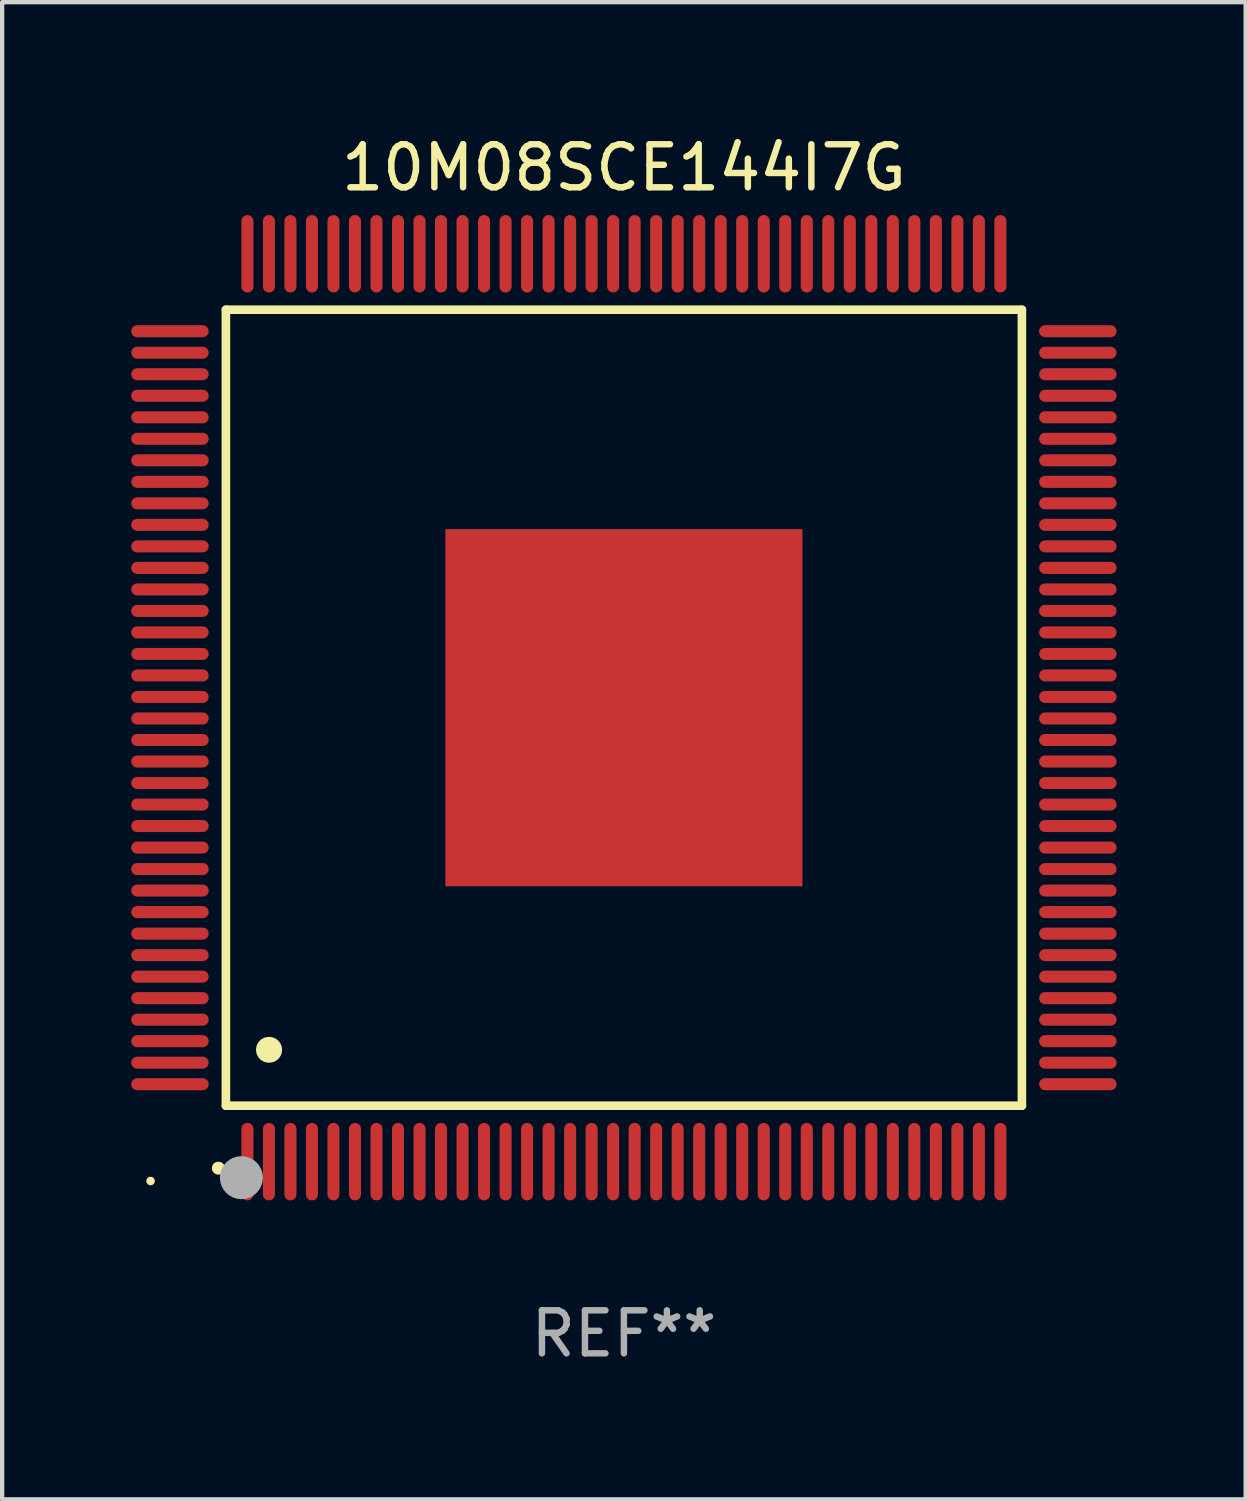
<source format=kicad_pcb>
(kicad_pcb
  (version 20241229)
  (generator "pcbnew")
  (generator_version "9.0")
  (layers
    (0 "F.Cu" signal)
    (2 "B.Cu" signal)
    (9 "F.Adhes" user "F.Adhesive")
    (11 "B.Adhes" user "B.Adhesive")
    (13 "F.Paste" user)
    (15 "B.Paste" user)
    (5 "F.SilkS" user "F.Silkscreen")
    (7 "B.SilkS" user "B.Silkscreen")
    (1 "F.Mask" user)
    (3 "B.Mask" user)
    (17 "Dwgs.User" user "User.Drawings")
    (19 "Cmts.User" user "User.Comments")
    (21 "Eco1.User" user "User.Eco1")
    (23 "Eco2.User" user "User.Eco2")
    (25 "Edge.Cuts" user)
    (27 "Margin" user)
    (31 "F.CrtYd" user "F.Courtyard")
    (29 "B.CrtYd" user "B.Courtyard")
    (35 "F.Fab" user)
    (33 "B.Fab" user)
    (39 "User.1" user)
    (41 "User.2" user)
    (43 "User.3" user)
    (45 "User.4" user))
  (footprint "10M08SCE144I7G"
    (layer "F.Cu")
    (at 11.45 13.398)
    (property "Reference" "10M08SCE144I7G" (at 0 -12.55 0) (layer "F.SilkS") (effects (font (size 1 1) (thickness 0.15))))
    (attr through_hole)
    (fp_line (start -9.25 -9.25) (end 9.25 -9.25) (stroke (width 0.2) (type solid)) (layer "F.SilkS"))
    (fp_line (start -9.25 9.25) (end -9.25 -9.25) (stroke (width 0.2) (type solid)) (layer "F.SilkS"))
    (fp_line (start 9.25 -9.25) (end 9.25 9.25) (stroke (width 0.2) (type solid)) (layer "F.SilkS"))
    (fp_line (start 9.25 9.25) (end -9.25 9.25) (stroke (width 0.2) (type solid)) (layer "F.SilkS"))
    (fp_arc (start -9.425959 10.701041) (mid -9.424689 10.701036) (end -9.423419 10.701041) (stroke (width 0.3) (type solid)) (layer "F.SilkS"))
    (fp_arc (start -8.249936 7.950216) (mid -8.247396 7.950205) (end -8.244856 7.950216) (stroke (width 0.6) (type solid)) (layer "F.SilkS"))
    (fp_circle (center -11 11) (end -10.95 11) (stroke (width 0.1) (type solid)) (fill no) (layer "F.SilkS"))
    (fp_circle (center -8.89 10.922) (end -8.64 10.922) (stroke (width 0.5) (type solid)) (fill no) (layer "F.Fab"))
    (fp_text user "REF**" (at 0 14.55 0) (layer "F.Fab") (effects (font (size 1 1) (thickness 0.15))))
    (pad "1" smd oval (at -8.75 10.55) (size 0.28 1.8) (layers "F.Cu" "F.Mask" "F.Paste"))
    (pad "2" smd oval (at -8.25 10.55) (size 0.28 1.8) (layers "F.Cu" "F.Mask" "F.Paste"))
    (pad "3" smd oval (at -7.75 10.55) (size 0.28 1.8) (layers "F.Cu" "F.Mask" "F.Paste"))
    (pad "4" smd oval (at -7.25 10.55) (size 0.28 1.8) (layers "F.Cu" "F.Mask" "F.Paste"))
    (pad "5" smd oval (at -6.75 10.55) (size 0.28 1.8) (layers "F.Cu" "F.Mask" "F.Paste"))
    (pad "6" smd oval (at -6.25 10.55) (size 0.28 1.8) (layers "F.Cu" "F.Mask" "F.Paste"))
    (pad "7" smd oval (at -5.75 10.55) (size 0.28 1.8) (layers "F.Cu" "F.Mask" "F.Paste"))
    (pad "8" smd oval (at -5.25 10.55) (size 0.28 1.8) (layers "F.Cu" "F.Mask" "F.Paste"))
    (pad "9" smd oval (at -4.75 10.55) (size 0.28 1.8) (layers "F.Cu" "F.Mask" "F.Paste"))
    (pad "10" smd oval (at -4.25 10.55) (size 0.28 1.8) (layers "F.Cu" "F.Mask" "F.Paste"))
    (pad "11" smd oval (at -3.75 10.55) (size 0.28 1.8) (layers "F.Cu" "F.Mask" "F.Paste"))
    (pad "12" smd oval (at -3.25 10.55) (size 0.28 1.8) (layers "F.Cu" "F.Mask" "F.Paste"))
    (pad "13" smd oval (at -2.75 10.55) (size 0.28 1.8) (layers "F.Cu" "F.Mask" "F.Paste"))
    (pad "14" smd oval (at -2.25 10.55) (size 0.28 1.8) (layers "F.Cu" "F.Mask" "F.Paste"))
    (pad "15" smd oval (at -1.75 10.55) (size 0.28 1.8) (layers "F.Cu" "F.Mask" "F.Paste"))
    (pad "16" smd oval (at -1.25 10.55) (size 0.28 1.8) (layers "F.Cu" "F.Mask" "F.Paste"))
    (pad "17" smd oval (at -0.75 10.55) (size 0.28 1.8) (layers "F.Cu" "F.Mask" "F.Paste"))
    (pad "18" smd oval (at -0.25 10.55) (size 0.28 1.8) (layers "F.Cu" "F.Mask" "F.Paste"))
    (pad "19" smd oval (at 0.25 10.55) (size 0.28 1.8) (layers "F.Cu" "F.Mask" "F.Paste"))
    (pad "20" smd oval (at 0.75 10.55) (size 0.28 1.8) (layers "F.Cu" "F.Mask" "F.Paste"))
    (pad "21" smd oval (at 1.25 10.55) (size 0.28 1.8) (layers "F.Cu" "F.Mask" "F.Paste"))
    (pad "22" smd oval (at 1.75 10.55) (size 0.28 1.8) (layers "F.Cu" "F.Mask" "F.Paste"))
    (pad "23" smd oval (at 2.25 10.55) (size 0.28 1.8) (layers "F.Cu" "F.Mask" "F.Paste"))
    (pad "24" smd oval (at 2.75 10.55) (size 0.28 1.8) (layers "F.Cu" "F.Mask" "F.Paste"))
    (pad "25" smd oval (at 3.25 10.55) (size 0.28 1.8) (layers "F.Cu" "F.Mask" "F.Paste"))
    (pad "26" smd oval (at 3.75 10.55) (size 0.28 1.8) (layers "F.Cu" "F.Mask" "F.Paste"))
    (pad "27" smd oval (at 4.25 10.55) (size 0.28 1.8) (layers "F.Cu" "F.Mask" "F.Paste"))
    (pad "28" smd oval (at 4.75 10.55) (size 0.28 1.8) (layers "F.Cu" "F.Mask" "F.Paste"))
    (pad "29" smd oval (at 5.25 10.55) (size 0.28 1.8) (layers "F.Cu" "F.Mask" "F.Paste"))
    (pad "30" smd oval (at 5.75 10.55) (size 0.28 1.8) (layers "F.Cu" "F.Mask" "F.Paste"))
    (pad "31" smd oval (at 6.25 10.55) (size 0.28 1.8) (layers "F.Cu" "F.Mask" "F.Paste"))
    (pad "32" smd oval (at 6.75 10.55) (size 0.28 1.8) (layers "F.Cu" "F.Mask" "F.Paste"))
    (pad "33" smd oval (at 7.25 10.55) (size 0.28 1.8) (layers "F.Cu" "F.Mask" "F.Paste"))
    (pad "34" smd oval (at 7.75 10.55) (size 0.28 1.8) (layers "F.Cu" "F.Mask" "F.Paste"))
    (pad "35" smd oval (at 8.25 10.55) (size 0.28 1.8) (layers "F.Cu" "F.Mask" "F.Paste"))
    (pad "36" smd oval (at 8.75 10.55) (size 0.28 1.8) (layers "F.Cu" "F.Mask" "F.Paste"))
    (pad "37" smd oval (at 10.55 8.75) (size 1.8 0.28) (layers "F.Cu" "F.Mask" "F.Paste"))
    (pad "38" smd oval (at 10.55 8.25) (size 1.8 0.28) (layers "F.Cu" "F.Mask" "F.Paste"))
    (pad "39" smd oval (at 10.55 7.75) (size 1.8 0.28) (layers "F.Cu" "F.Mask" "F.Paste"))
    (pad "40" smd oval (at 10.55 7.25) (size 1.8 0.28) (layers "F.Cu" "F.Mask" "F.Paste"))
    (pad "41" smd oval (at 10.55 6.75) (size 1.8 0.28) (layers "F.Cu" "F.Mask" "F.Paste"))
    (pad "42" smd oval (at 10.55 6.25) (size 1.8 0.28) (layers "F.Cu" "F.Mask" "F.Paste"))
    (pad "43" smd oval (at 10.55 5.75) (size 1.8 0.28) (layers "F.Cu" "F.Mask" "F.Paste"))
    (pad "44" smd oval (at 10.55 5.25) (size 1.8 0.28) (layers "F.Cu" "F.Mask" "F.Paste"))
    (pad "45" smd oval (at 10.55 4.75) (size 1.8 0.28) (layers "F.Cu" "F.Mask" "F.Paste"))
    (pad "46" smd oval (at 10.55 4.25) (size 1.8 0.28) (layers "F.Cu" "F.Mask" "F.Paste"))
    (pad "47" smd oval (at 10.55 3.75) (size 1.8 0.28) (layers "F.Cu" "F.Mask" "F.Paste"))
    (pad "48" smd oval (at 10.55 3.25) (size 1.8 0.28) (layers "F.Cu" "F.Mask" "F.Paste"))
    (pad "49" smd oval (at 10.55 2.75) (size 1.8 0.28) (layers "F.Cu" "F.Mask" "F.Paste"))
    (pad "50" smd oval (at 10.55 2.25) (size 1.8 0.28) (layers "F.Cu" "F.Mask" "F.Paste"))
    (pad "51" smd oval (at 10.55 1.75) (size 1.8 0.28) (layers "F.Cu" "F.Mask" "F.Paste"))
    (pad "52" smd oval (at 10.55 1.25) (size 1.8 0.28) (layers "F.Cu" "F.Mask" "F.Paste"))
    (pad "53" smd oval (at 10.55 0.75) (size 1.8 0.28) (layers "F.Cu" "F.Mask" "F.Paste"))
    (pad "54" smd oval (at 10.55 0.25) (size 1.8 0.28) (layers "F.Cu" "F.Mask" "F.Paste"))
    (pad "55" smd oval (at 10.55 -0.25) (size 1.8 0.28) (layers "F.Cu" "F.Mask" "F.Paste"))
    (pad "56" smd oval (at 10.55 -0.75) (size 1.8 0.28) (layers "F.Cu" "F.Mask" "F.Paste"))
    (pad "57" smd oval (at 10.55 -1.25) (size 1.8 0.28) (layers "F.Cu" "F.Mask" "F.Paste"))
    (pad "58" smd oval (at 10.55 -1.75) (size 1.8 0.28) (layers "F.Cu" "F.Mask" "F.Paste"))
    (pad "59" smd oval (at 10.55 -2.25) (size 1.8 0.28) (layers "F.Cu" "F.Mask" "F.Paste"))
    (pad "60" smd oval (at 10.55 -2.75) (size 1.8 0.28) (layers "F.Cu" "F.Mask" "F.Paste"))
    (pad "61" smd oval (at 10.55 -3.25) (size 1.8 0.28) (layers "F.Cu" "F.Mask" "F.Paste"))
    (pad "62" smd oval (at 10.55 -3.75) (size 1.8 0.28) (layers "F.Cu" "F.Mask" "F.Paste"))
    (pad "63" smd oval (at 10.55 -4.25) (size 1.8 0.28) (layers "F.Cu" "F.Mask" "F.Paste"))
    (pad "64" smd oval (at 10.55 -4.75) (size 1.8 0.28) (layers "F.Cu" "F.Mask" "F.Paste"))
    (pad "65" smd oval (at 10.55 -5.25) (size 1.8 0.28) (layers "F.Cu" "F.Mask" "F.Paste"))
    (pad "66" smd oval (at 10.55 -5.75) (size 1.8 0.28) (layers "F.Cu" "F.Mask" "F.Paste"))
    (pad "67" smd oval (at 10.55 -6.25) (size 1.8 0.28) (layers "F.Cu" "F.Mask" "F.Paste"))
    (pad "68" smd oval (at 10.55 -6.75) (size 1.8 0.28) (layers "F.Cu" "F.Mask" "F.Paste"))
    (pad "69" smd oval (at 10.55 -7.25) (size 1.8 0.28) (layers "F.Cu" "F.Mask" "F.Paste"))
    (pad "70" smd oval (at 10.55 -7.75) (size 1.8 0.28) (layers "F.Cu" "F.Mask" "F.Paste"))
    (pad "71" smd oval (at 10.55 -8.25) (size 1.8 0.28) (layers "F.Cu" "F.Mask" "F.Paste"))
    (pad "72" smd oval (at 10.55 -8.75) (size 1.8 0.28) (layers "F.Cu" "F.Mask" "F.Paste"))
    (pad "73" smd oval (at 8.75 -10.55) (size 0.28 1.8) (layers "F.Cu" "F.Mask" "F.Paste"))
    (pad "74" smd oval (at 8.25 -10.55) (size 0.28 1.8) (layers "F.Cu" "F.Mask" "F.Paste"))
    (pad "75" smd oval (at 7.75 -10.55) (size 0.28 1.8) (layers "F.Cu" "F.Mask" "F.Paste"))
    (pad "76" smd oval (at 7.25 -10.55) (size 0.28 1.8) (layers "F.Cu" "F.Mask" "F.Paste"))
    (pad "77" smd oval (at 6.75 -10.55) (size 0.28 1.8) (layers "F.Cu" "F.Mask" "F.Paste"))
    (pad "78" smd oval (at 6.25 -10.55) (size 0.28 1.8) (layers "F.Cu" "F.Mask" "F.Paste"))
    (pad "79" smd oval (at 5.75 -10.55) (size 0.28 1.8) (layers "F.Cu" "F.Mask" "F.Paste"))
    (pad "80" smd oval (at 5.25 -10.55) (size 0.28 1.8) (layers "F.Cu" "F.Mask" "F.Paste"))
    (pad "81" smd oval (at 4.75 -10.55) (size 0.28 1.8) (layers "F.Cu" "F.Mask" "F.Paste"))
    (pad "82" smd oval (at 4.25 -10.55) (size 0.28 1.8) (layers "F.Cu" "F.Mask" "F.Paste"))
    (pad "83" smd oval (at 3.75 -10.55) (size 0.28 1.8) (layers "F.Cu" "F.Mask" "F.Paste"))
    (pad "84" smd oval (at 3.25 -10.55) (size 0.28 1.8) (layers "F.Cu" "F.Mask" "F.Paste"))
    (pad "85" smd oval (at 2.75 -10.55) (size 0.28 1.8) (layers "F.Cu" "F.Mask" "F.Paste"))
    (pad "86" smd oval (at 2.25 -10.55) (size 0.28 1.8) (layers "F.Cu" "F.Mask" "F.Paste"))
    (pad "87" smd oval (at 1.75 -10.55) (size 0.28 1.8) (layers "F.Cu" "F.Mask" "F.Paste"))
    (pad "88" smd oval (at 1.25 -10.55) (size 0.28 1.8) (layers "F.Cu" "F.Mask" "F.Paste"))
    (pad "89" smd oval (at 0.75 -10.55) (size 0.28 1.8) (layers "F.Cu" "F.Mask" "F.Paste"))
    (pad "90" smd oval (at 0.25 -10.55) (size 0.28 1.8) (layers "F.Cu" "F.Mask" "F.Paste"))
    (pad "91" smd oval (at -0.25 -10.55) (size 0.28 1.8) (layers "F.Cu" "F.Mask" "F.Paste"))
    (pad "92" smd oval (at -0.75 -10.55) (size 0.28 1.8) (layers "F.Cu" "F.Mask" "F.Paste"))
    (pad "93" smd oval (at -1.25 -10.55) (size 0.28 1.8) (layers "F.Cu" "F.Mask" "F.Paste"))
    (pad "94" smd oval (at -1.75 -10.55) (size 0.28 1.8) (layers "F.Cu" "F.Mask" "F.Paste"))
    (pad "95" smd oval (at -2.25 -10.55) (size 0.28 1.8) (layers "F.Cu" "F.Mask" "F.Paste"))
    (pad "96" smd oval (at -2.75 -10.55) (size 0.28 1.8) (layers "F.Cu" "F.Mask" "F.Paste"))
    (pad "97" smd oval (at -3.25 -10.55) (size 0.28 1.8) (layers "F.Cu" "F.Mask" "F.Paste"))
    (pad "98" smd oval (at -3.75 -10.55) (size 0.28 1.8) (layers "F.Cu" "F.Mask" "F.Paste"))
    (pad "99" smd oval (at -4.25 -10.55) (size 0.28 1.8) (layers "F.Cu" "F.Mask" "F.Paste"))
    (pad "100" smd oval (at -4.75 -10.55) (size 0.28 1.8) (layers "F.Cu" "F.Mask" "F.Paste"))
    (pad "101" smd oval (at -5.25 -10.55) (size 0.28 1.8) (layers "F.Cu" "F.Mask" "F.Paste"))
    (pad "102" smd oval (at -5.75 -10.55) (size 0.28 1.8) (layers "F.Cu" "F.Mask" "F.Paste"))
    (pad "103" smd oval (at -6.25 -10.55) (size 0.28 1.8) (layers "F.Cu" "F.Mask" "F.Paste"))
    (pad "104" smd oval (at -6.75 -10.55) (size 0.28 1.8) (layers "F.Cu" "F.Mask" "F.Paste"))
    (pad "105" smd oval (at -7.25 -10.55) (size 0.28 1.8) (layers "F.Cu" "F.Mask" "F.Paste"))
    (pad "106" smd oval (at -7.75 -10.55) (size 0.28 1.8) (layers "F.Cu" "F.Mask" "F.Paste"))
    (pad "107" smd oval (at -8.25 -10.55) (size 0.28 1.8) (layers "F.Cu" "F.Mask" "F.Paste"))
    (pad "108" smd oval (at -8.75 -10.55) (size 0.28 1.8) (layers "F.Cu" "F.Mask" "F.Paste"))
    (pad "109" smd oval (at -10.55 -8.75) (size 1.8 0.28) (layers "F.Cu" "F.Mask" "F.Paste"))
    (pad "110" smd oval (at -10.55 -8.25) (size 1.8 0.28) (layers "F.Cu" "F.Mask" "F.Paste"))
    (pad "111" smd oval (at -10.55 -7.75) (size 1.8 0.28) (layers "F.Cu" "F.Mask" "F.Paste"))
    (pad "112" smd oval (at -10.55 -7.25) (size 1.8 0.28) (layers "F.Cu" "F.Mask" "F.Paste"))
    (pad "113" smd oval (at -10.55 -6.75) (size 1.8 0.28) (layers "F.Cu" "F.Mask" "F.Paste"))
    (pad "114" smd oval (at -10.55 -6.25) (size 1.8 0.28) (layers "F.Cu" "F.Mask" "F.Paste"))
    (pad "115" smd oval (at -10.55 -5.75) (size 1.8 0.28) (layers "F.Cu" "F.Mask" "F.Paste"))
    (pad "116" smd oval (at -10.55 -5.25) (size 1.8 0.28) (layers "F.Cu" "F.Mask" "F.Paste"))
    (pad "117" smd oval (at -10.55 -4.75) (size 1.8 0.28) (layers "F.Cu" "F.Mask" "F.Paste"))
    (pad "118" smd oval (at -10.55 -4.25) (size 1.8 0.28) (layers "F.Cu" "F.Mask" "F.Paste"))
    (pad "119" smd oval (at -10.55 -3.75) (size 1.8 0.28) (layers "F.Cu" "F.Mask" "F.Paste"))
    (pad "120" smd oval (at -10.55 -3.25) (size 1.8 0.28) (layers "F.Cu" "F.Mask" "F.Paste"))
    (pad "121" smd oval (at -10.55 -2.75) (size 1.8 0.28) (layers "F.Cu" "F.Mask" "F.Paste"))
    (pad "122" smd oval (at -10.55 -2.25) (size 1.8 0.28) (layers "F.Cu" "F.Mask" "F.Paste"))
    (pad "123" smd oval (at -10.55 -1.75) (size 1.8 0.28) (layers "F.Cu" "F.Mask" "F.Paste"))
    (pad "124" smd oval (at -10.55 -1.25) (size 1.8 0.28) (layers "F.Cu" "F.Mask" "F.Paste"))
    (pad "125" smd oval (at -10.55 -0.75) (size 1.8 0.28) (layers "F.Cu" "F.Mask" "F.Paste"))
    (pad "126" smd oval (at -10.55 -0.25) (size 1.8 0.28) (layers "F.Cu" "F.Mask" "F.Paste"))
    (pad "127" smd oval (at -10.55 0.25) (size 1.8 0.28) (layers "F.Cu" "F.Mask" "F.Paste"))
    (pad "128" smd oval (at -10.55 0.75) (size 1.8 0.28) (layers "F.Cu" "F.Mask" "F.Paste"))
    (pad "129" smd oval (at -10.55 1.25) (size 1.8 0.28) (layers "F.Cu" "F.Mask" "F.Paste"))
    (pad "130" smd oval (at -10.55 1.75) (size 1.8 0.28) (layers "F.Cu" "F.Mask" "F.Paste"))
    (pad "131" smd oval (at -10.55 2.25) (size 1.8 0.28) (layers "F.Cu" "F.Mask" "F.Paste"))
    (pad "132" smd oval (at -10.55 2.75) (size 1.8 0.28) (layers "F.Cu" "F.Mask" "F.Paste"))
    (pad "133" smd oval (at -10.55 3.25) (size 1.8 0.28) (layers "F.Cu" "F.Mask" "F.Paste"))
    (pad "134" smd oval (at -10.55 3.75) (size 1.8 0.28) (layers "F.Cu" "F.Mask" "F.Paste"))
    (pad "135" smd oval (at -10.55 4.25) (size 1.8 0.28) (layers "F.Cu" "F.Mask" "F.Paste"))
    (pad "136" smd oval (at -10.55 4.75) (size 1.8 0.28) (layers "F.Cu" "F.Mask" "F.Paste"))
    (pad "137" smd oval (at -10.55 5.25) (size 1.8 0.28) (layers "F.Cu" "F.Mask" "F.Paste"))
    (pad "138" smd oval (at -10.55 5.75) (size 1.8 0.28) (layers "F.Cu" "F.Mask" "F.Paste"))
    (pad "139" smd oval (at -10.55 6.25) (size 1.8 0.28) (layers "F.Cu" "F.Mask" "F.Paste"))
    (pad "140" smd oval (at -10.55 6.75) (size 1.8 0.28) (layers "F.Cu" "F.Mask" "F.Paste"))
    (pad "141" smd oval (at -10.55 7.25) (size 1.8 0.28) (layers "F.Cu" "F.Mask" "F.Paste"))
    (pad "142" smd oval (at -10.55 7.75) (size 1.8 0.28) (layers "F.Cu" "F.Mask" "F.Paste"))
    (pad "143" smd oval (at -10.55 8.25) (size 1.8 0.28) (layers "F.Cu" "F.Mask" "F.Paste"))
    (pad "144" smd oval (at -10.55 8.75) (size 1.8 0.28) (layers "F.Cu" "F.Mask" "F.Paste"))
    (pad "145" smd rect (at 0 0) (size 8.3 8.3) (layers "F.Cu" "F.Mask" "F.Paste")))
  (gr_rect
    (start -3 -3)
    (end 25.9 31.796)
    (stroke (width 0.1) (type default))
    (fill no)
    (layer "Edge.Cuts")))
</source>
